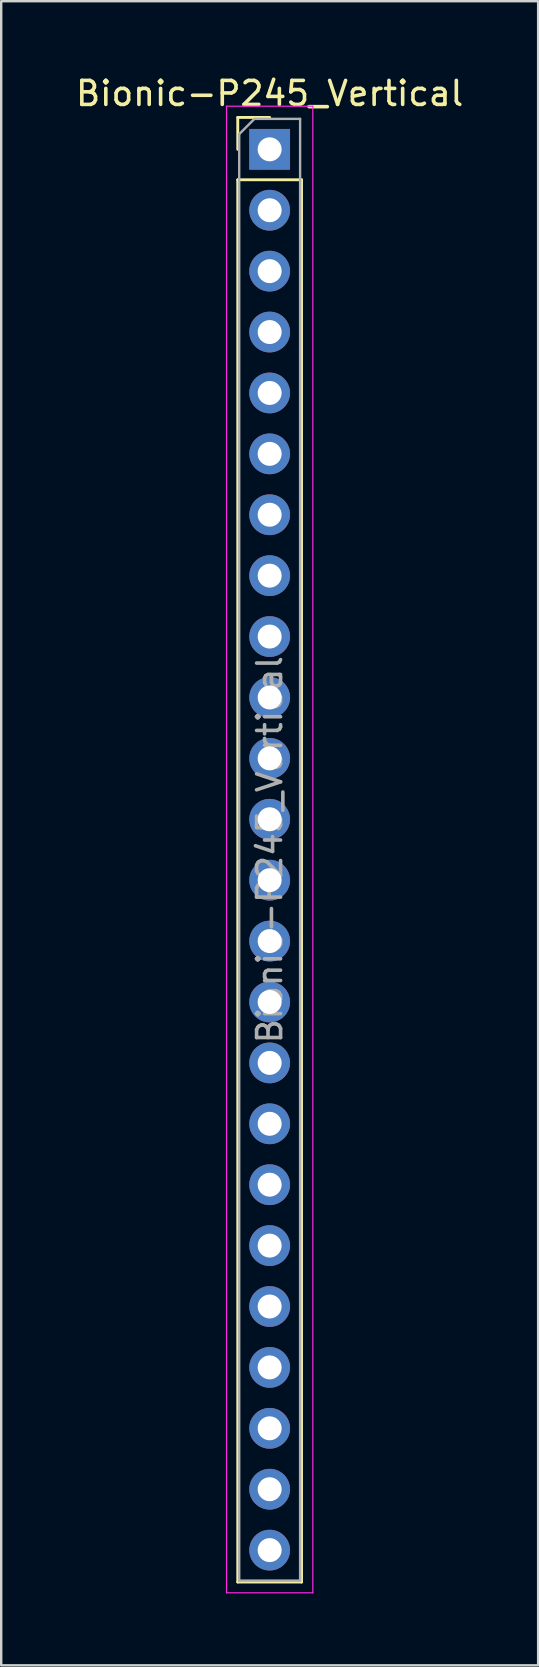
<source format=kicad_pcb>
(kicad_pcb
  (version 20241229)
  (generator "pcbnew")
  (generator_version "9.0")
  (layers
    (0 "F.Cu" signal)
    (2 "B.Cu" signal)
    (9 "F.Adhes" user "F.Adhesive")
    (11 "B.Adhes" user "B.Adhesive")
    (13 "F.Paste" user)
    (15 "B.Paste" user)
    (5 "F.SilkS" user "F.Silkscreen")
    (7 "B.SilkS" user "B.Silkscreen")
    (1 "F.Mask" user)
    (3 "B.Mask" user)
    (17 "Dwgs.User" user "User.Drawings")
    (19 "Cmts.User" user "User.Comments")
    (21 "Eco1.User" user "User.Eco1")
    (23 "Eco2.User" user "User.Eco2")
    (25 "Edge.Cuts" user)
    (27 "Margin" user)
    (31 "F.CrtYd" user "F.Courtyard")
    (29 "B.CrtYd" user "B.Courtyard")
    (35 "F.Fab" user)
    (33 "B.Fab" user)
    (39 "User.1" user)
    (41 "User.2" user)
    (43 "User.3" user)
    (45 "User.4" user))
  (footprint "Bionic-P245_Vertical"
    (layer "F.Cu")
    (at 8.196 3.178)
    (property "Reference" "Bionic-P245_Vertical" (at 0 -2.33 0) (layer "F.SilkS") (effects (font (size 1 1) (thickness 0.15))))
    (attr through_hole)
    (fp_line (start -1.33 -1.33) (end 0 -1.33) (stroke (width 0.12) (type solid)) (layer "F.SilkS"))
    (fp_line (start -1.33 0) (end -1.33 -1.33) (stroke (width 0.12) (type solid)) (layer "F.SilkS"))
    (fp_line (start -1.33 1.27) (end -1.33 59.75) (stroke (width 0.12) (type solid)) (layer "F.SilkS"))
    (fp_line (start -1.33 1.27) (end 1.33 1.27) (stroke (width 0.12) (type solid)) (layer "F.SilkS"))
    (fp_line (start -1.33 59.75) (end 1.33 59.75) (stroke (width 0.12) (type solid)) (layer "F.SilkS"))
    (fp_line (start 1.33 1.27) (end 1.33 59.75) (stroke (width 0.12) (type solid)) (layer "F.SilkS"))
    (fp_line (start -1.8 -1.8) (end -1.8 60.2) (stroke (width 0.05) (type solid)) (layer "F.CrtYd"))
    (fp_line (start -1.8 60.2) (end 1.8 60.2) (stroke (width 0.05) (type solid)) (layer "F.CrtYd"))
    (fp_line (start 1.8 -1.8) (end -1.8 -1.8) (stroke (width 0.05) (type solid)) (layer "F.CrtYd"))
    (fp_line (start 1.8 60.2) (end 1.8 -1.8) (stroke (width 0.05) (type solid)) (layer "F.CrtYd"))
    (fp_line (start -1.27 -0.635) (end -0.635 -1.27) (stroke (width 0.1) (type solid)) (layer "F.Fab"))
    (fp_line (start -1.27 59.69) (end -1.27 -0.635) (stroke (width 0.1) (type solid)) (layer "F.Fab"))
    (fp_line (start -0.635 -1.27) (end 1.27 -1.27) (stroke (width 0.1) (type solid)) (layer "F.Fab"))
    (fp_line (start 1.27 -1.27) (end 1.27 59.69) (stroke (width 0.1) (type solid)) (layer "F.Fab"))
    (fp_line (start 1.27 59.69) (end -1.27 59.69) (stroke (width 0.1) (type solid)) (layer "F.Fab"))
    (fp_text user "${REFERENCE}" (at 0 29.21 90) (layer "F.Fab") (effects (font (size 1 1) (thickness 0.15))))
    (pad "25" thru_hole oval (at 0 58.42) (size 1.7 1.7) (drill 1) (layers "*.Cu" "*.Mask"))
    (pad "26" thru_hole oval (at 0 55.88) (size 1.7 1.7) (drill 1) (layers "*.Cu" "*.Mask"))
    (pad "27" thru_hole oval (at 0 53.34) (size 1.7 1.7) (drill 1) (layers "*.Cu" "*.Mask"))
    (pad "28" thru_hole oval (at 0 50.8) (size 1.7 1.7) (drill 1) (layers "*.Cu" "*.Mask"))
    (pad "29" thru_hole oval (at 0 48.26) (size 1.7 1.7) (drill 1) (layers "*.Cu" "*.Mask"))
    (pad "30" thru_hole oval (at 0 45.72) (size 1.7 1.7) (drill 1) (layers "*.Cu" "*.Mask"))
    (pad "31" thru_hole oval (at 0 43.18) (size 1.7 1.7) (drill 1) (layers "*.Cu" "*.Mask"))
    (pad "32" thru_hole oval (at 0 40.64) (size 1.7 1.7) (drill 1) (layers "*.Cu" "*.Mask"))
    (pad "33" thru_hole oval (at 0 38.1) (size 1.7 1.7) (drill 1) (layers "*.Cu" "*.Mask"))
    (pad "34" thru_hole oval (at 0 35.56) (size 1.7 1.7) (drill 1) (layers "*.Cu" "*.Mask"))
    (pad "35" thru_hole oval (at 0 33.02) (size 1.7 1.7) (drill 1) (layers "*.Cu" "*.Mask"))
    (pad "36" thru_hole oval (at 0 30.48) (size 1.7 1.7) (drill 1) (layers "*.Cu" "*.Mask"))
    (pad "37" thru_hole oval (at 0 27.94) (size 1.7 1.7) (drill 1) (layers "*.Cu" "*.Mask"))
    (pad "38" thru_hole oval (at 0 25.4) (size 1.7 1.7) (drill 1) (layers "*.Cu" "*.Mask"))
    (pad "39" thru_hole oval (at 0 22.86) (size 1.7 1.7) (drill 1) (layers "*.Cu" "*.Mask"))
    (pad "40" thru_hole oval (at 0 20.32) (size 1.7 1.7) (drill 1) (layers "*.Cu" "*.Mask"))
    (pad "41" thru_hole oval (at 0 17.78) (size 1.7 1.7) (drill 1) (layers "*.Cu" "*.Mask"))
    (pad "42" thru_hole oval (at 0 15.24) (size 1.7 1.7) (drill 1) (layers "*.Cu" "*.Mask"))
    (pad "43" thru_hole oval (at 0 12.7) (size 1.7 1.7) (drill 1) (layers "*.Cu" "*.Mask"))
    (pad "44" thru_hole oval (at 0 10.16) (size 1.7 1.7) (drill 1) (layers "*.Cu" "*.Mask"))
    (pad "45" thru_hole oval (at 0 7.62) (size 1.7 1.7) (drill 1) (layers "*.Cu" "*.Mask"))
    (pad "46" thru_hole oval (at 0 5.08) (size 1.7 1.7) (drill 1) (layers "*.Cu" "*.Mask"))
    (pad "47" thru_hole oval (at 0 2.54) (size 1.7 1.7) (drill 1) (layers "*.Cu" "*.Mask"))
    (pad "48" thru_hole rect (at 0 0) (size 1.7 1.7) (drill 1) (layers "*.Cu" "*.Mask")))
  (gr_rect
    (start -3 -3)
    (end 19.393 66.403)
    (stroke (width 0.1) (type default))
    (fill no)
    (layer "Edge.Cuts")))
</source>
